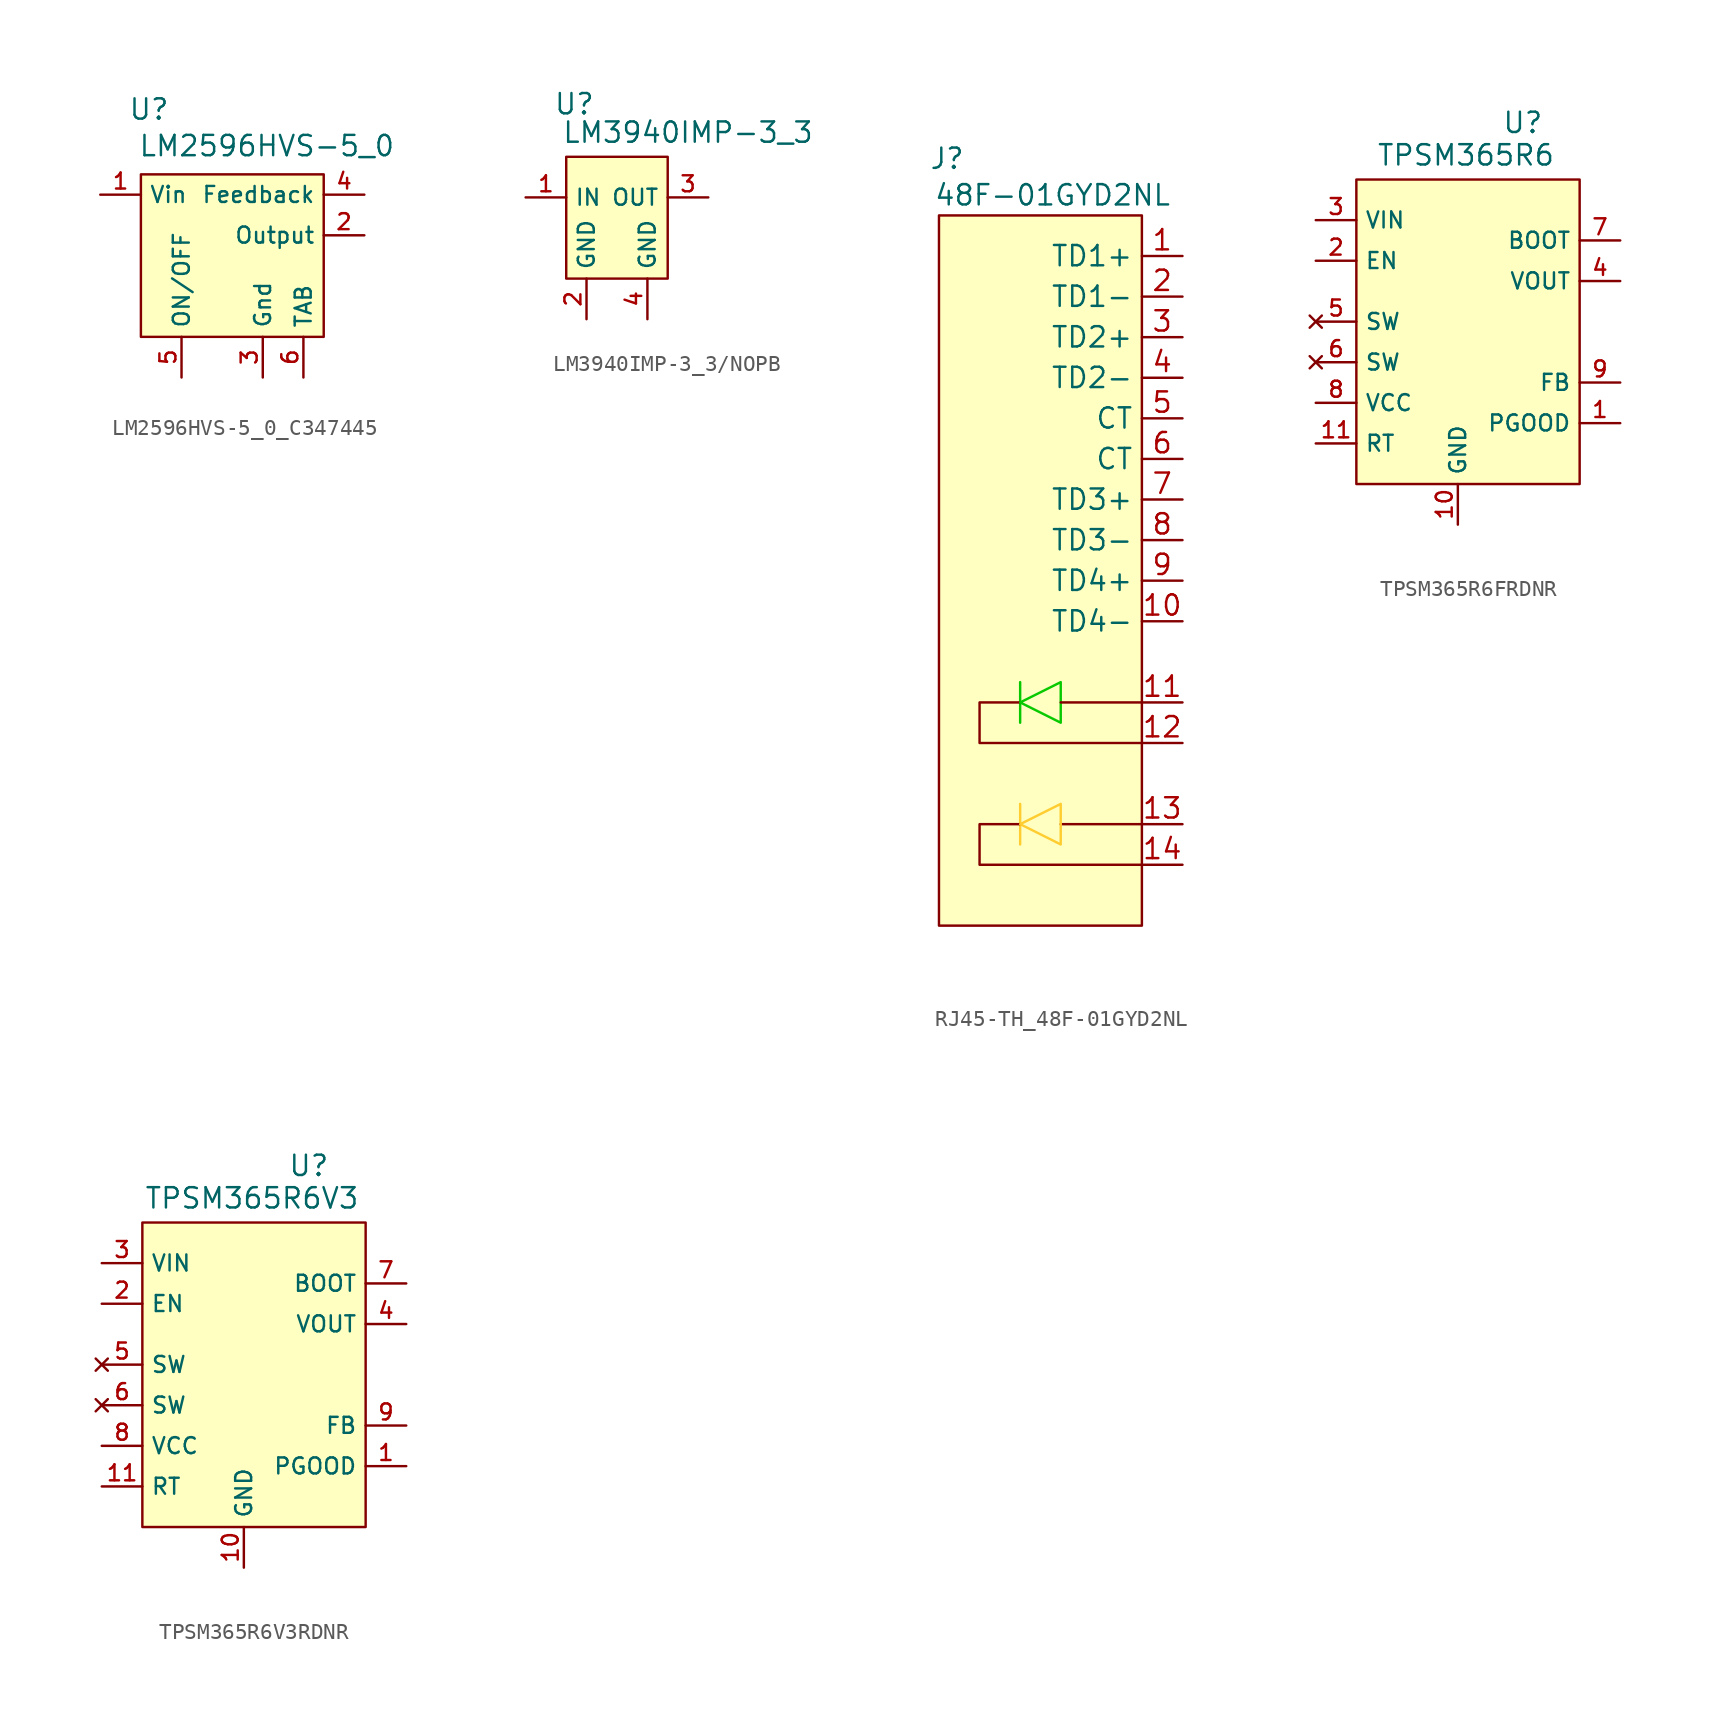
<source format=kicad_sym>
(kicad_symbol_lib
  (version 20231120)
  (generator "kicad_symbol_editor")
  (generator_version "8.0")
  (symbol "LM2596HVS-5_0_C347445"
    (property "Reference" "U"
      (at -5.842 9.144 0)
      (effects (font (size 1.27 1.27))))
    (property "Value" "LM2596HVS-5_0"
      (at 1.524 6.858 0)
      (effects (font (size 1.27 1.27))))
    (symbol "LM2596HVS-5_0_C347445_0_1"
      (rectangle (start -6.35 5.08) (end 5.08 -5.08) (stroke (width 0) (type default)) (fill (type background))))
    (symbol "LM2596HVS-5_0_C347445_1_1"
      (pin power_in line (at -8.89 3.81 0) (length 2.54) (name "Vin" (effects (font (size 1 1)))) (number "1" (effects (font (size 1 1)))))
      (pin power_out line (at 7.62 1.27 180) (length 2.54) (name "Output" (effects (font (size 1 1)))) (number "2" (effects (font (size 1 1)))))
      (pin passive line (at 1.27 -7.62 90) (length 2.54) (name "Gnd" (effects (font (size 1 1)))) (number "3" (effects (font (size 1 1)))))
      (pin passive line (at 7.62 3.81 180) (length 2.54) (name "Feedback" (effects (font (size 1 1)))) (number "4" (effects (font (size 1 1)))))
      (pin passive line (at -3.81 -7.62 90) (length 2.54) (name "ON/OFF" (effects (font (size 1 1)))) (number "5" (effects (font (size 1 1)))))
      (pin passive line (at 3.81 -7.62 90) (length 2.54) (name "TAB" (effects (font (size 1 1)))) (number "6" (effects (font (size 1 1)))))))
  (symbol "LM3940IMP-3_3/NOPB"
    (property "Reference" "U"
      (at -2.032 7.112 0)
      (effects (font (size 1.27 1.27))))
    (property "Value" "LM3940IMP-3_3"
      (at 5.08 5.334 0)
      (effects (font (size 1.27 1.27))))
    (symbol "LM3940IMP-3_3/NOPB_0_1"
      (rectangle (start -2.54 3.81) (end 3.81 -3.81) (stroke (width 0) (type default)) (fill (type background)))
      (pin unspecified line (at -5.08 1.27 0) (length 2.54) (name "IN" (effects (font (size 1 1)))) (number "1" (effects (font (size 1 1)))))
      (pin unspecified line (at -1.27 -6.35 90) (length 2.54) (name "GND" (effects (font (size 1 1)))) (number "2" (effects (font (size 1 1)))))
      (pin unspecified line (at 6.35 1.27 180) (length 2.54) (name "OUT" (effects (font (size 1 1)))) (number "3" (effects (font (size 1 1)))))
      (pin unspecified line (at 2.54 -6.35 90) (length 2.54) (name "GND" (effects (font (size 1 1)))) (number "4" (effects (font (size 1 1)))))))
  (symbol "RJ45-TH_48F-01GYD2NL"
    (property "Reference" "J"
      (at -5.842 23.876 0)
      (effects (font (size 1.27 1.27))))
    (property "Value" "48F-01GYD2NL"
      (at 0.762 21.59 0)
      (effects (font (size 1.27 1.27))))
    (symbol "RJ45-TH_48F-01GYD2NL_0_0"
      (pin passive line (at 8.89 17.78 180) (length 2.54) (name "TD1+" (effects (font (size 1.27 1.27)))) (number "1" (effects (font (size 1.27 1.27)))))
      (pin passive line (at 8.89 -5.08 180) (length 2.54) (name "TD4-" (effects (font (size 1.27 1.27)))) (number "10" (effects (font (size 1.27 1.27)))))
      (pin passive line (at 8.89 -10.16 180) (length 2.54) (name "" (effects (font (size 1.27 1.27)))) (number "11" (effects (font (size 1.27 1.27)))))
      (pin passive line (at 8.89 -12.7 180) (length 2.54) (name "" (effects (font (size 1.27 1.27)))) (number "12" (effects (font (size 1.27 1.27)))))
      (pin passive line (at 8.89 -17.78 180) (length 2.54) (name "" (effects (font (size 1.27 1.27)))) (number "13" (effects (font (size 1.27 1.27)))))
      (pin passive line (at 8.89 15.24 180) (length 2.54) (name "TD1-" (effects (font (size 1.27 1.27)))) (number "2" (effects (font (size 1.27 1.27)))))
      (pin passive line (at 8.89 12.7 180) (length 2.54) (name "TD2+" (effects (font (size 1.27 1.27)))) (number "3" (effects (font (size 1.27 1.27)))))
      (pin passive line (at 8.89 10.16 180) (length 2.54) (name "TD2-" (effects (font (size 1.27 1.27)))) (number "4" (effects (font (size 1.27 1.27)))))
      (pin passive line (at 8.89 7.62 180) (length 2.54) (name "CT" (effects (font (size 1.27 1.27)))) (number "5" (effects (font (size 1.27 1.27)))))
      (pin passive line (at 8.89 5.08 180) (length 2.54) (name "CT" (effects (font (size 1.27 1.27)))) (number "6" (effects (font (size 1.27 1.27)))))
      (pin passive line (at 8.89 2.54 180) (length 2.54) (name "TD3+" (effects (font (size 1.27 1.27)))) (number "7" (effects (font (size 1.27 1.27)))))
      (pin passive line (at 8.89 0 180) (length 2.54) (name "TD3-" (effects (font (size 1.27 1.27)))) (number "8" (effects (font (size 1.27 1.27)))))
      (pin passive line (at 8.89 -2.54 180) (length 2.54) (name "TD4+" (effects (font (size 1.27 1.27)))) (number "9" (effects (font (size 1.27 1.27))))))
    (symbol "RJ45-TH_48F-01GYD2NL_0_1"
      (polyline (pts (xy -1.27 -16.51) (xy -1.27 -19.05)) (stroke (width 0) (type default) (color 255 205 48 1)) (fill (type none)))
      (polyline (pts (xy -1.27 -8.89) (xy -1.27 -11.43)) (stroke (width 0) (type default) (color 8 200 0 1)) (fill (type none)))
      (polyline (pts (xy 6.35 -17.78) (xy 1.27 -17.78)) (stroke (width 0) (type default)) (fill (type none)))
      (polyline (pts (xy 6.35 -10.16) (xy 1.27 -10.16)) (stroke (width 0) (type default)) (fill (type none)))
      (polyline (pts (xy 6.35 -10.16) (xy 6.35 -10.16)) (stroke (width 0) (type default)) (fill (type none)))
      (polyline (pts (xy 6.35 -10.16) (xy 6.35 -10.16)) (stroke (width 0) (type default)) (fill (type none)))
      (polyline (pts (xy -1.27 -17.78) (xy -3.81 -17.78) (xy -3.81 -20.32) (xy 6.35 -20.32)) (stroke (width 0) (type default)) (fill (type none)))
      (polyline (pts (xy -1.27 -10.16) (xy -3.81 -10.16) (xy -3.81 -12.7) (xy 6.35 -12.7)) (stroke (width 0) (type default)) (fill (type none)))
      (polyline (pts (xy 1.27 -8.89) (xy 1.27 -11.43) (xy -1.27 -10.16) (xy 1.27 -8.89)) (stroke (width 0) (type default) (color 8 200 0 1)) (fill (type none))))
    (symbol "RJ45-TH_48F-01GYD2NL_1_0"
      (pin passive line (at 8.89 -20.32 180) (length 2.54) (name "" (effects (font (size 1.27 1.27)))) (number "14" (effects (font (size 1.27 1.27))))))
    (symbol "RJ45-TH_48F-01GYD2NL_1_1"
      (rectangle (start -6.35 20.32) (end 6.35 -24.13) (stroke (width 0) (type default)) (fill (type background)))
      (polyline (pts (xy 1.27 -16.51) (xy 1.27 -19.05) (xy -1.27 -17.78) (xy 1.27 -16.51)) (stroke (width 0) (type default) (color 255 205 48 1)) (fill (type none)))))
  (symbol "TPSM365R6FRDNR"
    (property "Reference" "U"
      (at 4.064 12.446 0)
      (effects (font (size 1.27 1.27))))
    (property "Value" "TPSM365R6"
      (at 0.508 10.414 0)
      (effects (font (size 1.27 1.27))))
    (symbol "TPSM365R6FRDNR_0_1"
      (rectangle (start -6.35 8.89) (end 7.62 -10.16) (stroke (width 0) (type default)) (fill (type background)))
      (pin unspecified line (at 10.16 -6.35 180) (length 2.54) (name "PGOOD" (effects (font (size 1 1)))) (number "1" (effects (font (size 1 1)))))
      (pin unspecified line (at 0 -12.7 90) (length 2.54) (name "GND" (effects (font (size 1 1)))) (number "10" (effects (font (size 1 1)))))
      (pin unspecified line (at -8.89 3.81 0) (length 2.54) (name "EN" (effects (font (size 1 1)))) (number "2" (effects (font (size 1 1)))))
      (pin unspecified line (at 10.16 5.08 180) (length 2.54) (name "BOOT" (effects (font (size 1 1)))) (number "7" (effects (font (size 1 1))))))
    (symbol "TPSM365R6FRDNR_1_1"
      (pin unspecified line (at -8.89 -7.62 0) (length 2.54) (name "RT" (effects (font (size 1 1)))) (number "11" (effects (font (size 1 1)))))
      (pin power_in line (at -8.89 6.35 0) (length 2.54) (name "VIN" (effects (font (size 1 1)))) (number "3" (effects (font (size 1 1)))))
      (pin power_out line (at 10.16 2.54 180) (length 2.54) (name "VOUT" (effects (font (size 1 1)))) (number "4" (effects (font (size 1 1)))))
      (pin no_connect line (at -8.89 0 0) (length 2.54) (name "SW" (effects (font (size 1 1)))) (number "5" (effects (font (size 1 1)))))
      (pin no_connect line (at -8.89 -2.54 0) (length 2.54) (name "SW" (effects (font (size 1 1)))) (number "6" (effects (font (size 1 1)))))
      (pin power_out line (at -8.89 -5.08 0) (length 2.54) (name "VCC" (effects (font (size 1 1)))) (number "8" (effects (font (size 1 1)))))
      (pin unspecified line (at 10.16 -3.81 180) (length 2.54) (name "FB" (effects (font (size 1 1)))) (number "9" (effects (font (size 1 1)))))))
  (symbol "TPSM365R6V3RDNR"
    (property "Reference" "U"
      (at 4.064 12.446 0)
      (effects (font (size 1.27 1.27))))
    (property "Value" "TPSM365R6V3"
      (at 0.508 10.414 0)
      (effects (font (size 1.27 1.27))))
    (symbol "TPSM365R6V3RDNR_0_1"
      (rectangle (start -6.35 8.89) (end 7.62 -10.16) (stroke (width 0) (type default)) (fill (type background)))
      (pin unspecified line (at 10.16 -6.35 180) (length 2.54) (name "PGOOD" (effects (font (size 1 1)))) (number "1" (effects (font (size 1 1)))))
      (pin unspecified line (at 0 -12.7 90) (length 2.54) (name "GND" (effects (font (size 1 1)))) (number "10" (effects (font (size 1 1)))))
      (pin unspecified line (at -8.89 3.81 0) (length 2.54) (name "EN" (effects (font (size 1 1)))) (number "2" (effects (font (size 1 1)))))
      (pin unspecified line (at 10.16 5.08 180) (length 2.54) (name "BOOT" (effects (font (size 1 1)))) (number "7" (effects (font (size 1 1))))))
    (symbol "TPSM365R6V3RDNR_1_1"
      (pin unspecified line (at -8.89 -7.62 0) (length 2.54) (name "RT" (effects (font (size 1 1)))) (number "11" (effects (font (size 1 1)))))
      (pin power_in line (at -8.89 6.35 0) (length 2.54) (name "VIN" (effects (font (size 1 1)))) (number "3" (effects (font (size 1 1)))))
      (pin power_out line (at 10.16 2.54 180) (length 2.54) (name "VOUT" (effects (font (size 1 1)))) (number "4" (effects (font (size 1 1)))))
      (pin no_connect line (at -8.89 0 0) (length 2.54) (name "SW" (effects (font (size 1 1)))) (number "5" (effects (font (size 1 1)))))
      (pin no_connect line (at -8.89 -2.54 0) (length 2.54) (name "SW" (effects (font (size 1 1)))) (number "6" (effects (font (size 1 1)))))
      (pin power_out line (at -8.89 -5.08 0) (length 2.54) (name "VCC" (effects (font (size 1 1)))) (number "8" (effects (font (size 1 1)))))
      (pin unspecified line (at 10.16 -3.81 180) (length 2.54) (name "FB" (effects (font (size 1 1)))) (number "9" (effects (font (size 1 1))))))))
</source>
